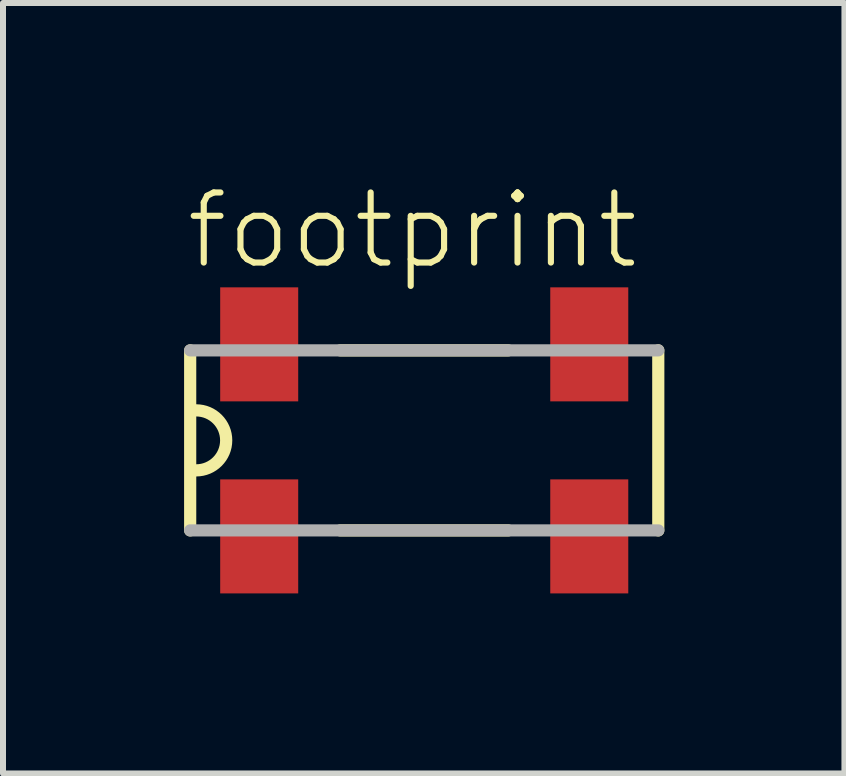
<source format=kicad_pcb>
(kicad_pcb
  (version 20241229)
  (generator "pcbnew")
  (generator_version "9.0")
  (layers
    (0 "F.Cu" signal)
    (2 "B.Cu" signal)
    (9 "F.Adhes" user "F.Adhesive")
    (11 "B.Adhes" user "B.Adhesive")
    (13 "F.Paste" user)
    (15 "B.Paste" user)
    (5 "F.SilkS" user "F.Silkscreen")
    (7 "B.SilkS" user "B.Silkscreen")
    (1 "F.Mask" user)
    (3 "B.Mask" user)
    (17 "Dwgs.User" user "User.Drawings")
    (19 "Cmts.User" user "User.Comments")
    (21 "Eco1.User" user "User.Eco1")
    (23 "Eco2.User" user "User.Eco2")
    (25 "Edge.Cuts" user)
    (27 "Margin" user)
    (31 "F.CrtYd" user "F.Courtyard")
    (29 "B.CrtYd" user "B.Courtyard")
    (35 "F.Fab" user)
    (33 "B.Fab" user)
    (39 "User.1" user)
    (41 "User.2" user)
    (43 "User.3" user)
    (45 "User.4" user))
  (footprint "footprint"
    (layer "F.Cu")
    (at 4.019 4.288)
    (property "Reference" "footprint" (at -4.019 -2.815 0) (layer "F.SilkS") (effects (font (size 1.168 1.168) (thickness 0.102)) (justify left bottom)))
    (fp_line (start -3.9 1.5) (end -3.9 -1.5) (stroke (width 0.203) (type solid)) (layer "F.SilkS"))
    (fp_line (start -1.4 -1.5) (end 1.4 -1.5) (stroke (width 0.203) (type solid)) (layer "F.SilkS"))
    (fp_line (start 1.4 1.5) (end -1.4 1.5) (stroke (width 0.203) (type solid)) (layer "F.SilkS"))
    (fp_line (start 3.9 -1.5) (end 3.9 1.5) (stroke (width 0.203) (type solid)) (layer "F.SilkS"))
    (fp_arc (start -3.8 -0.5) (mid -3.3 0) (end -3.8 0.5) (stroke (width 0.2032) (type solid)) (layer "F.SilkS"))
    (fp_line (start -3.9 -1.5) (end 3.9 -1.5) (stroke (width 0.203) (type solid)) (layer "F.Fab"))
    (fp_line (start 3.9 1.5) (end -3.9 1.5) (stroke (width 0.203) (type solid)) (layer "F.Fab"))
    (pad "1" smd rect (at -2.75 1.6) (size 1.3 1.9) (layers "F.Cu" "F.Mask" "F.Paste"))
    (pad "2" smd rect (at 2.75 1.6) (size 1.3 1.9) (layers "F.Cu" "F.Mask" "F.Paste"))
    (pad "3" smd rect (at 2.75 -1.6 180) (size 1.3 1.9) (layers "F.Cu" "F.Mask" "F.Paste"))
    (pad "4" smd rect (at -2.75 -1.6 180) (size 1.3 1.9) (layers "F.Cu" "F.Mask" "F.Paste")))
  (gr_rect
    (start -3 -3)
    (end 11.021 9.838)
    (stroke (width 0.1) (type default))
    (fill no)
    (layer "Edge.Cuts")))
</source>
